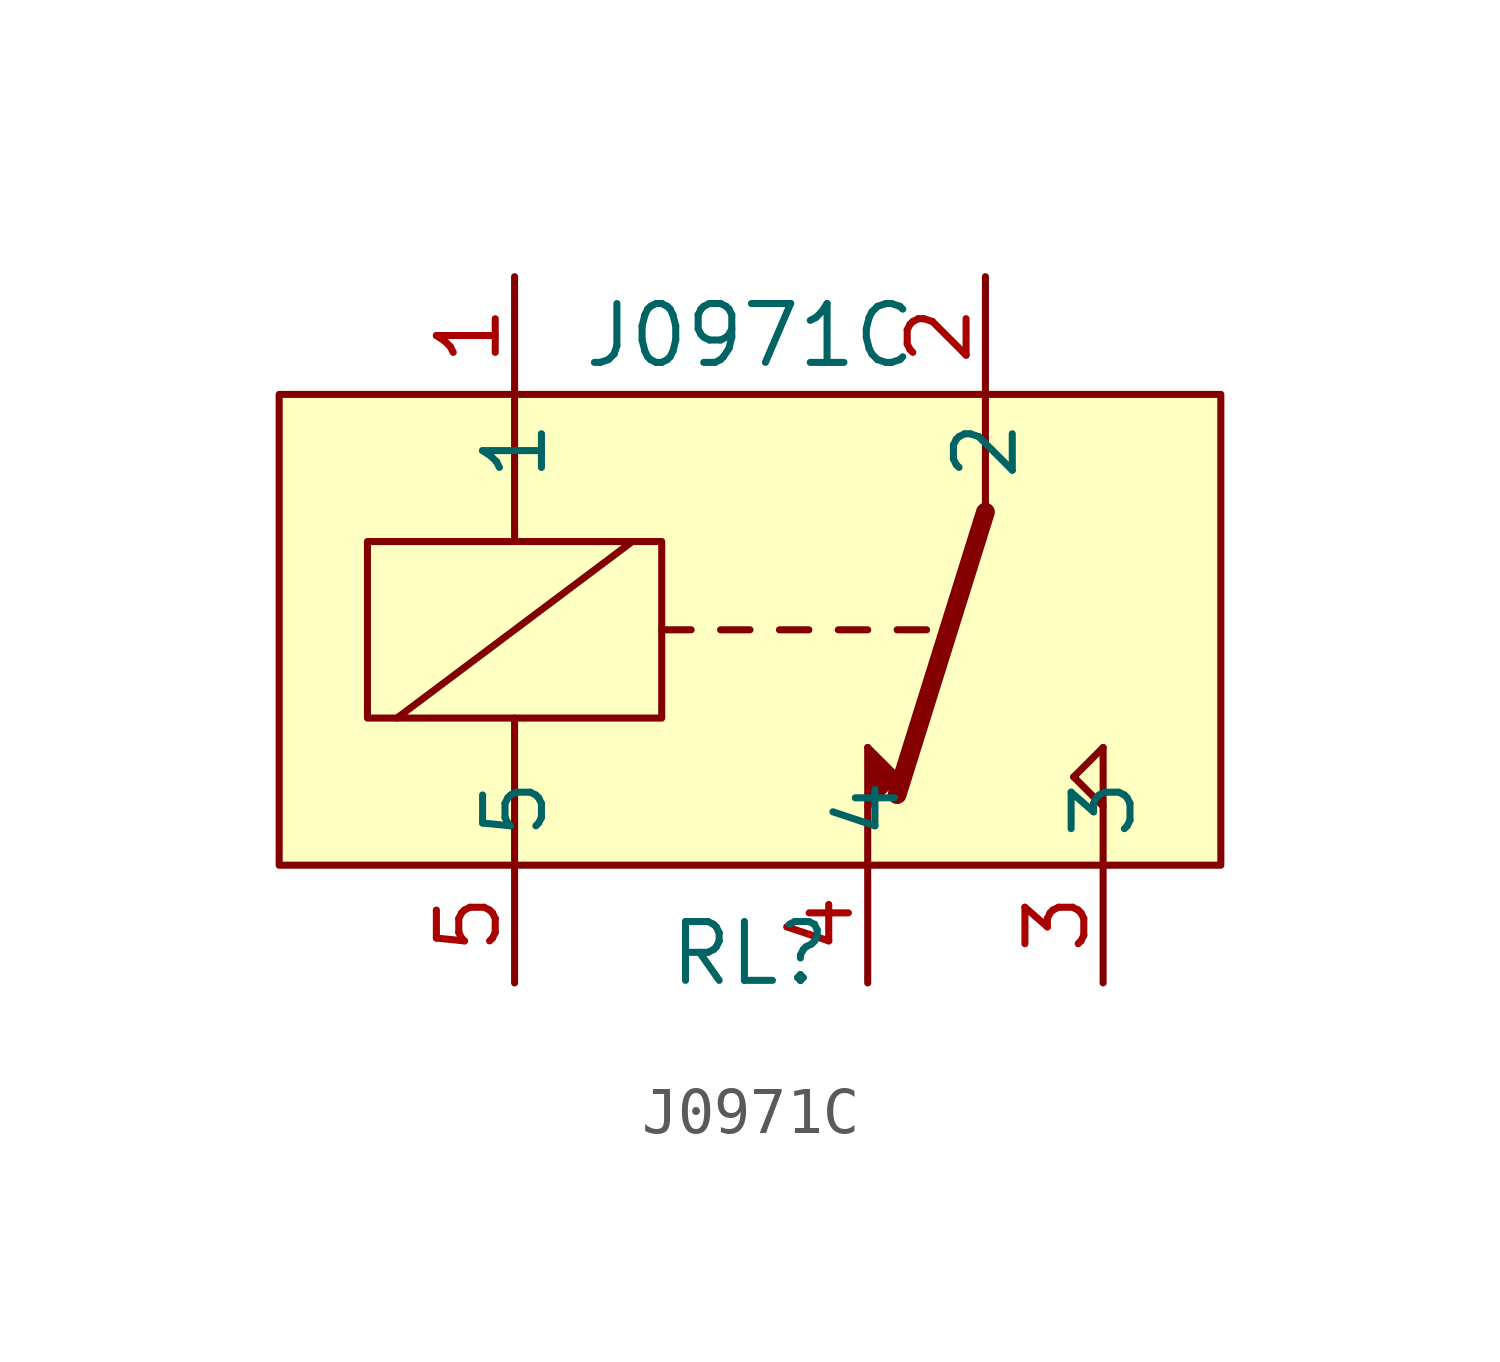
<source format=kicad_sym>
(kicad_symbol_lib
  (version 20211014)
  (generator kicad_symbol_editor)
  (symbol "J0971C"
    (property "Reference" "RL"
      (at 0 -6.985 0)
      (effects (font (size 1.27 1.27))))
    (property "Value" "J0971C"
      (at 0 6.35 0)
      (effects (font (size 1.27 1.27))))
    (symbol "J0971C_0_1"
      (rectangle (start -8.255 1.905) (end -1.905 -1.905) (stroke (width 0) (type default) (color 0 0 0 0)) (fill (type none)))
      (polyline (pts (xy -7.62 -1.905) (xy -2.54 1.905)) (stroke (width 0) (type default) (color 0 0 0 0)) (fill (type none)))
      (polyline (pts (xy -5.08 -5.08) (xy -5.08 -1.905)) (stroke (width 0) (type default) (color 0 0 0 0)) (fill (type none)))
      (polyline (pts (xy -5.08 1.905) (xy -5.08 1.905)) (stroke (width 0) (type default) (color 0 0 0 0)) (fill (type none)))
      (polyline (pts (xy -5.08 5.08) (xy -5.08 1.905)) (stroke (width 0) (type default) (color 0 0 0 0)) (fill (type none)))
      (polyline (pts (xy -1.27 0) (xy -1.905 0)) (stroke (width 0) (type default) (color 0 0 0 0)) (fill (type none)))
      (polyline (pts (xy 0 0) (xy -0.635 0)) (stroke (width 0) (type default) (color 0 0 0 0)) (fill (type none)))
      (polyline (pts (xy 1.27 0) (xy 0.635 0)) (stroke (width 0) (type default) (color 0 0 0 0)) (fill (type none)))
      (polyline (pts (xy 2.54 -5.08) (xy 2.54 -2.54)) (stroke (width 0) (type default) (color 0 0 0 0)) (fill (type none)))
      (polyline (pts (xy 2.54 0) (xy 1.905 0)) (stroke (width 0) (type default) (color 0 0 0 0)) (fill (type none)))
      (polyline (pts (xy 3.175 -3.556) (xy 5.08 2.54)) (stroke (width 0.406) (type default) (color 0 0 0 0)) (fill (type none)))
      (polyline (pts (xy 3.81 0) (xy 3.175 0)) (stroke (width 0) (type default) (color 0 0 0 0)) (fill (type none)))
      (polyline (pts (xy 5.08 5.08) (xy 5.08 2.54)) (stroke (width 0) (type default) (color 0 0 0 0)) (fill (type none)))
      (polyline (pts (xy 6.985 -3.175) (xy 7.62 -3.81)) (stroke (width 0) (type default) (color 0 0 0 0)) (fill (type none)))
      (polyline (pts (xy 7.62 -5.08) (xy 7.62 -2.54)) (stroke (width 0) (type default) (color 0 0 0 0)) (fill (type none)))
      (polyline (pts (xy 7.62 -2.54) (xy 6.985 -3.175)) (stroke (width 0) (type default) (color 0 0 0 0)) (fill (type none)))
      (polyline (pts (xy 2.54 -2.54) (xy 3.175 -3.175) (xy 2.54 -3.81)) (stroke (width 0) (type default) (color 0 0 0 0)) (fill (type outline)))
      (rectangle (start 10.16 5.08) (end -10.16 -5.08) (stroke (width 0) (type default) (color 0 0 0 0)) (fill (type background))))
    (symbol "J0971C_1_1"
      (pin bidirectional line (at -5.08 7.62 270) (length 2.54) (name "1" (effects (font (size 1.27 1.27)))) (number "1" (effects (font (size 1.27 1.27)))))
      (pin bidirectional line (at 5.08 7.62 270) (length 2.54) (name "2" (effects (font (size 1.27 1.27)))) (number "2" (effects (font (size 1.27 1.27)))))
      (pin bidirectional line (at 7.62 -7.62 90) (length 2.54) (name "3" (effects (font (size 1.27 1.27)))) (number "3" (effects (font (size 1.27 1.27)))))
      (pin bidirectional line (at 2.54 -7.62 90) (length 2.54) (name "4" (effects (font (size 1.27 1.27)))) (number "4" (effects (font (size 1.27 1.27)))))
      (pin bidirectional line (at -5.08 -7.62 90) (length 2.54) (name "5" (effects (font (size 1.27 1.27)))) (number "5" (effects (font (size 1.27 1.27))))))))
</source>
